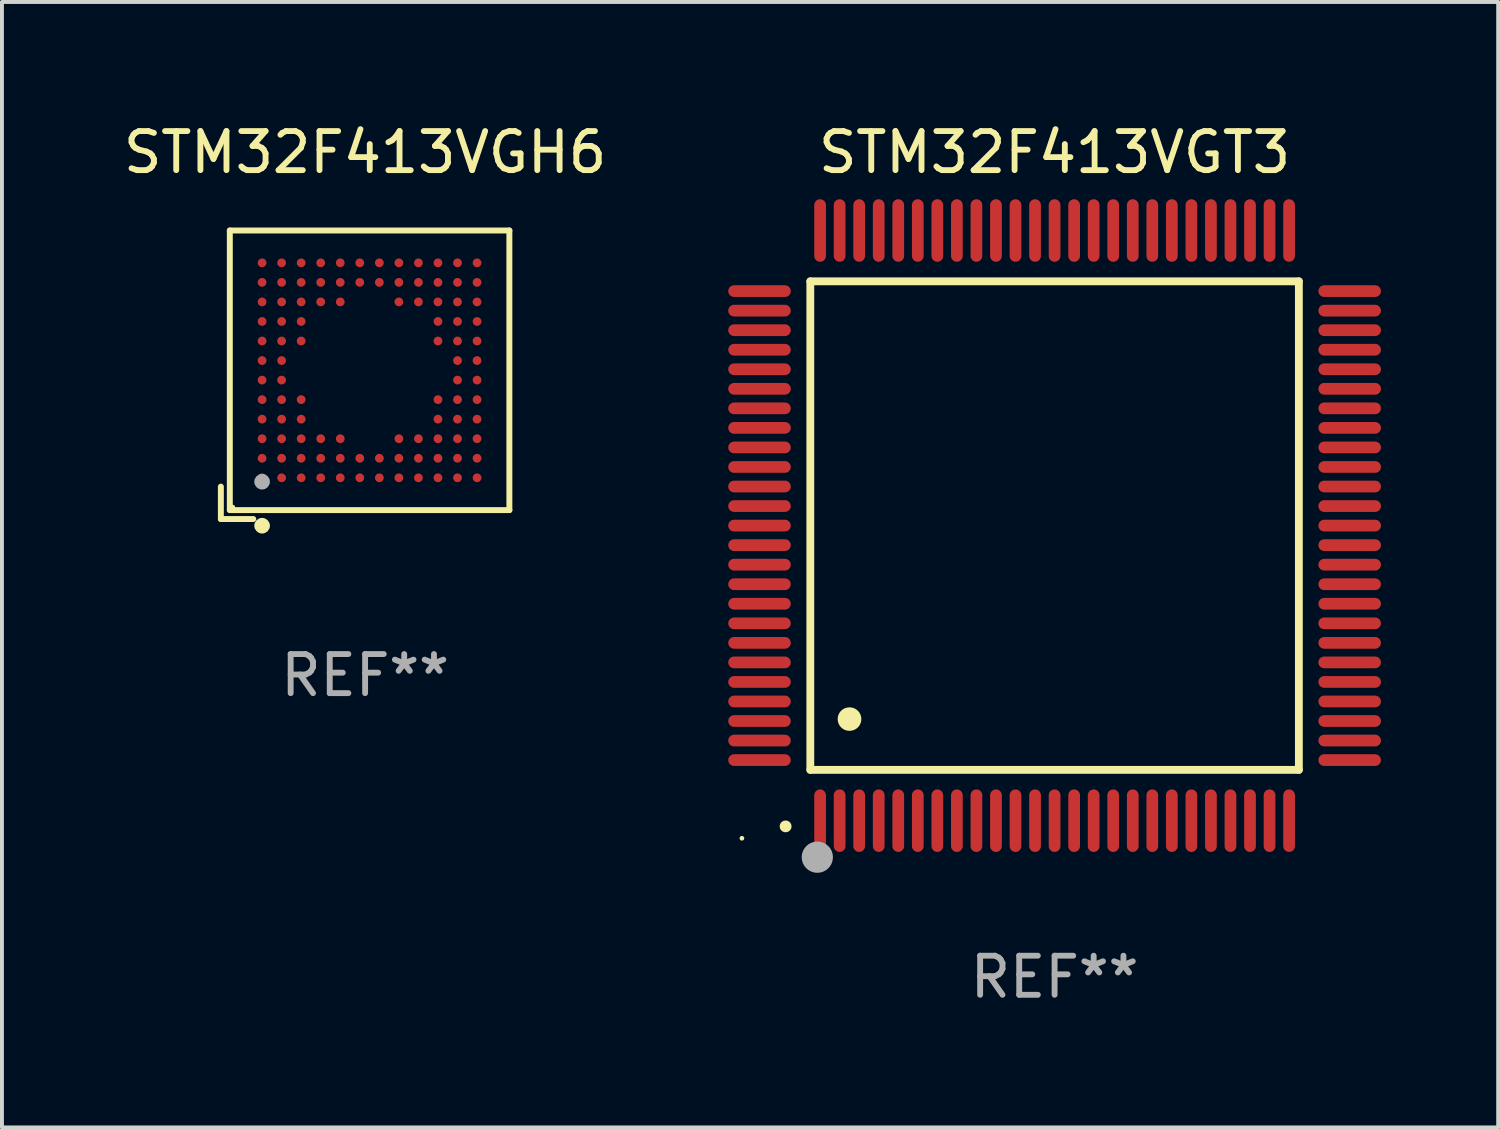
<source format=kicad_pcb>
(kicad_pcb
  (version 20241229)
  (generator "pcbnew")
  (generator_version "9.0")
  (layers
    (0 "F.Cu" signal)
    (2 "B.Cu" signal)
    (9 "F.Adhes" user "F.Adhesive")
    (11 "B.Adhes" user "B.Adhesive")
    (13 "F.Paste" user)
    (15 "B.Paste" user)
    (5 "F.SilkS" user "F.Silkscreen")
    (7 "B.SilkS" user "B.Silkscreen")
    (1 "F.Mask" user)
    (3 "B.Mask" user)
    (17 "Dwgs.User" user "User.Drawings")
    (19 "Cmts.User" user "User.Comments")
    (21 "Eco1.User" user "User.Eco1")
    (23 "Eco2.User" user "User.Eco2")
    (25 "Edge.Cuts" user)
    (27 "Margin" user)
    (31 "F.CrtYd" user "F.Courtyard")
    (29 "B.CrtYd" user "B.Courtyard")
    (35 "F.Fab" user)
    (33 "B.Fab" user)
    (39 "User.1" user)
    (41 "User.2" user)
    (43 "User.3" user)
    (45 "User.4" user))
  (footprint "STM32F413VGH6"
    (layer "F.Cu")
    (at 6.292 6.539)
    (property "Reference" "STM32F413VGH6" (at 0 -5.691 0) (layer "F.SilkS") (effects (font (size 1 1) (thickness 0.15))))
    (attr through_hole)
    (fp_line (start -3.691 2.862) (end -3.691 3.691) (stroke (width 0.152) (type solid)) (layer "F.SilkS"))
    (fp_line (start -3.691 3.691) (end -2.862 3.691) (stroke (width 0.152) (type solid)) (layer "F.SilkS"))
    (fp_line (start -3.462 -3.691) (end 3.691 -3.691) (stroke (width 0.152) (type solid)) (layer "F.SilkS"))
    (fp_line (start -3.462 3.462) (end -3.462 -3.691) (stroke (width 0.152) (type solid)) (layer "F.SilkS"))
    (fp_line (start 3.691 -3.691) (end 3.691 3.462) (stroke (width 0.152) (type solid)) (layer "F.SilkS"))
    (fp_line (start 3.691 3.462) (end -3.462 3.462) (stroke (width 0.152) (type solid)) (layer "F.SilkS"))
    (fp_circle (center -3.386 3.386) (end -3.356 3.386) (stroke (width 0.06) (type solid)) (fill no) (layer "F.SilkS"))
    (fp_circle (center -2.636 3.862) (end -2.536 3.862) (stroke (width 0.2) (type solid)) (fill no) (layer "F.SilkS"))
    (fp_circle (center -2.636 2.736) (end -2.536 2.736) (stroke (width 0.2) (type solid)) (fill no) (layer "F.Fab"))
    (fp_text user "REF**" (at 0 7.691 0) (layer "F.Fab") (effects (font (size 1 1) (thickness 0.15))))
    (pad "A1" smd circle (at -2.636 2.636) (size 0.224 0.224) (layers "F.Cu" "F.Mask" "F.Paste"))
    (pad "A2" smd circle (at -2.636 2.136) (size 0.224 0.224) (layers "F.Cu" "F.Mask" "F.Paste"))
    (pad "A3" smd circle (at -2.636 1.636) (size 0.224 0.224) (layers "F.Cu" "F.Mask" "F.Paste"))
    (pad "A4" smd circle (at -2.636 1.136) (size 0.224 0.224) (layers "F.Cu" "F.Mask" "F.Paste"))
    (pad "A5" smd circle (at -2.636 0.636) (size 0.224 0.224) (layers "F.Cu" "F.Mask" "F.Paste"))
    (pad "A6" smd circle (at -2.636 0.136) (size 0.224 0.224) (layers "F.Cu" "F.Mask" "F.Paste"))
    (pad "A7" smd circle (at -2.636 -0.364) (size 0.224 0.224) (layers "F.Cu" "F.Mask" "F.Paste"))
    (pad "A8" smd circle (at -2.636 -0.864) (size 0.224 0.224) (layers "F.Cu" "F.Mask" "F.Paste"))
    (pad "A9" smd circle (at -2.636 -1.364) (size 0.224 0.224) (layers "F.Cu" "F.Mask" "F.Paste"))
    (pad "A10" smd circle (at -2.636 -1.864) (size 0.224 0.224) (layers "F.Cu" "F.Mask" "F.Paste"))
    (pad "A11" smd circle (at -2.636 -2.364) (size 0.224 0.224) (layers "F.Cu" "F.Mask" "F.Paste"))
    (pad "A12" smd circle (at -2.636 -2.864) (size 0.224 0.224) (layers "F.Cu" "F.Mask" "F.Paste"))
    (pad "B1" smd circle (at -2.136 2.636) (size 0.224 0.224) (layers "F.Cu" "F.Mask" "F.Paste"))
    (pad "B2" smd circle (at -2.136 2.136) (size 0.224 0.224) (layers "F.Cu" "F.Mask" "F.Paste"))
    (pad "B3" smd circle (at -2.136 1.636) (size 0.224 0.224) (layers "F.Cu" "F.Mask" "F.Paste"))
    (pad "B4" smd circle (at -2.136 1.136) (size 0.224 0.224) (layers "F.Cu" "F.Mask" "F.Paste"))
    (pad "B5" smd circle (at -2.136 0.636) (size 0.224 0.224) (layers "F.Cu" "F.Mask" "F.Paste"))
    (pad "B6" smd circle (at -2.136 0.136) (size 0.224 0.224) (layers "F.Cu" "F.Mask" "F.Paste"))
    (pad "B7" smd circle (at -2.136 -0.364) (size 0.224 0.224) (layers "F.Cu" "F.Mask" "F.Paste"))
    (pad "B8" smd circle (at -2.136 -0.864) (size 0.224 0.224) (layers "F.Cu" "F.Mask" "F.Paste"))
    (pad "B9" smd circle (at -2.136 -1.364) (size 0.224 0.224) (layers "F.Cu" "F.Mask" "F.Paste"))
    (pad "B10" smd circle (at -2.136 -1.864) (size 0.224 0.224) (layers "F.Cu" "F.Mask" "F.Paste"))
    (pad "B11" smd circle (at -2.136 -2.364) (size 0.224 0.224) (layers "F.Cu" "F.Mask" "F.Paste"))
    (pad "B12" smd circle (at -2.136 -2.864) (size 0.224 0.224) (layers "F.Cu" "F.Mask" "F.Paste"))
    (pad "C1" smd circle (at -1.636 2.636) (size 0.224 0.224) (layers "F.Cu" "F.Mask" "F.Paste"))
    (pad "C2" smd circle (at -1.636 2.136) (size 0.224 0.224) (layers "F.Cu" "F.Mask" "F.Paste"))
    (pad "C3" smd circle (at -1.636 1.636) (size 0.224 0.224) (layers "F.Cu" "F.Mask" "F.Paste"))
    (pad "C4" smd circle (at -1.636 1.136) (size 0.224 0.224) (layers "F.Cu" "F.Mask" "F.Paste"))
    (pad "C5" smd circle (at -1.636 0.636) (size 0.224 0.224) (layers "F.Cu" "F.Mask" "F.Paste"))
    (pad "C8" smd circle (at -1.636 -0.864) (size 0.224 0.224) (layers "F.Cu" "F.Mask" "F.Paste"))
    (pad "C9" smd circle (at -1.636 -1.364) (size 0.224 0.224) (layers "F.Cu" "F.Mask" "F.Paste"))
    (pad "C10" smd circle (at -1.636 -1.864) (size 0.224 0.224) (layers "F.Cu" "F.Mask" "F.Paste"))
    (pad "C11" smd circle (at -1.636 -2.364) (size 0.224 0.224) (layers "F.Cu" "F.Mask" "F.Paste"))
    (pad "C12" smd circle (at -1.636 -2.864) (size 0.224 0.224) (layers "F.Cu" "F.Mask" "F.Paste"))
    (pad "D1" smd circle (at -1.136 2.636) (size 0.224 0.224) (layers "F.Cu" "F.Mask" "F.Paste"))
    (pad "D2" smd circle (at -1.136 2.136) (size 0.224 0.224) (layers "F.Cu" "F.Mask" "F.Paste"))
    (pad "D3" smd circle (at -1.136 1.636) (size 0.224 0.224) (layers "F.Cu" "F.Mask" "F.Paste"))
    (pad "D10" smd circle (at -1.136 -1.864) (size 0.224 0.224) (layers "F.Cu" "F.Mask" "F.Paste"))
    (pad "D11" smd circle (at -1.136 -2.364) (size 0.224 0.224) (layers "F.Cu" "F.Mask" "F.Paste"))
    (pad "D12" smd circle (at -1.136 -2.864) (size 0.224 0.224) (layers "F.Cu" "F.Mask" "F.Paste"))
    (pad "E1" smd circle (at -0.636 2.636) (size 0.224 0.224) (layers "F.Cu" "F.Mask" "F.Paste"))
    (pad "E2" smd circle (at -0.636 2.136) (size 0.224 0.224) (layers "F.Cu" "F.Mask" "F.Paste"))
    (pad "E3" smd circle (at -0.636 1.636) (size 0.224 0.224) (layers "F.Cu" "F.Mask" "F.Paste"))
    (pad "E10" smd circle (at -0.636 -1.864) (size 0.224 0.224) (layers "F.Cu" "F.Mask" "F.Paste"))
    (pad "E11" smd circle (at -0.636 -2.364) (size 0.224 0.224) (layers "F.Cu" "F.Mask" "F.Paste"))
    (pad "E12" smd circle (at -0.636 -2.864) (size 0.224 0.224) (layers "F.Cu" "F.Mask" "F.Paste"))
    (pad "F1" smd circle (at -0.136 2.636) (size 0.224 0.224) (layers "F.Cu" "F.Mask" "F.Paste"))
    (pad "F2" smd circle (at -0.136 2.136) (size 0.224 0.224) (layers "F.Cu" "F.Mask" "F.Paste"))
    (pad "F11" smd circle (at -0.136 -2.364) (size 0.224 0.224) (layers "F.Cu" "F.Mask" "F.Paste"))
    (pad "F12" smd circle (at -0.136 -2.864) (size 0.224 0.224) (layers "F.Cu" "F.Mask" "F.Paste"))
    (pad "G1" smd circle (at 0.364 2.636) (size 0.224 0.224) (layers "F.Cu" "F.Mask" "F.Paste"))
    (pad "G2" smd circle (at 0.364 2.136) (size 0.224 0.224) (layers "F.Cu" "F.Mask" "F.Paste"))
    (pad "G11" smd circle (at 0.364 -2.364) (size 0.224 0.224) (layers "F.Cu" "F.Mask" "F.Paste"))
    (pad "G12" smd circle (at 0.364 -2.864) (size 0.224 0.224) (layers "F.Cu" "F.Mask" "F.Paste"))
    (pad "H1" smd circle (at 0.864 2.636) (size 0.224 0.224) (layers "F.Cu" "F.Mask" "F.Paste"))
    (pad "H2" smd circle (at 0.864 2.136) (size 0.224 0.224) (layers "F.Cu" "F.Mask" "F.Paste"))
    (pad "H3" smd circle (at 0.864 1.636) (size 0.224 0.224) (layers "F.Cu" "F.Mask" "F.Paste"))
    (pad "H10" smd circle (at 0.864 -1.864) (size 0.224 0.224) (layers "F.Cu" "F.Mask" "F.Paste"))
    (pad "H11" smd circle (at 0.864 -2.364) (size 0.224 0.224) (layers "F.Cu" "F.Mask" "F.Paste"))
    (pad "H12" smd circle (at 0.864 -2.864) (size 0.224 0.224) (layers "F.Cu" "F.Mask" "F.Paste"))
    (pad "J1" smd circle (at 1.364 2.636) (size 0.224 0.224) (layers "F.Cu" "F.Mask" "F.Paste"))
    (pad "J2" smd circle (at 1.364 2.136) (size 0.224 0.224) (layers "F.Cu" "F.Mask" "F.Paste"))
    (pad "J3" smd circle (at 1.364 1.636) (size 0.224 0.224) (layers "F.Cu" "F.Mask" "F.Paste"))
    (pad "J10" smd circle (at 1.364 -1.864) (size 0.224 0.224) (layers "F.Cu" "F.Mask" "F.Paste"))
    (pad "J11" smd circle (at 1.364 -2.364) (size 0.224 0.224) (layers "F.Cu" "F.Mask" "F.Paste"))
    (pad "J12" smd circle (at 1.364 -2.864) (size 0.224 0.224) (layers "F.Cu" "F.Mask" "F.Paste"))
    (pad "K1" smd circle (at 1.864 2.636) (size 0.224 0.224) (layers "F.Cu" "F.Mask" "F.Paste"))
    (pad "K2" smd circle (at 1.864 2.136) (size 0.224 0.224) (layers "F.Cu" "F.Mask" "F.Paste"))
    (pad "K3" smd circle (at 1.864 1.636) (size 0.224 0.224) (layers "F.Cu" "F.Mask" "F.Paste"))
    (pad "K4" smd circle (at 1.864 1.136) (size 0.224 0.224) (layers "F.Cu" "F.Mask" "F.Paste"))
    (pad "K5" smd circle (at 1.864 0.636) (size 0.224 0.224) (layers "F.Cu" "F.Mask" "F.Paste"))
    (pad "K8" smd circle (at 1.864 -0.864) (size 0.224 0.224) (layers "F.Cu" "F.Mask" "F.Paste"))
    (pad "K9" smd circle (at 1.864 -1.364) (size 0.224 0.224) (layers "F.Cu" "F.Mask" "F.Paste"))
    (pad "K10" smd circle (at 1.864 -1.864) (size 0.224 0.224) (layers "F.Cu" "F.Mask" "F.Paste"))
    (pad "K11" smd circle (at 1.864 -2.364) (size 0.224 0.224) (layers "F.Cu" "F.Mask" "F.Paste"))
    (pad "K12" smd circle (at 1.864 -2.864) (size 0.224 0.224) (layers "F.Cu" "F.Mask" "F.Paste"))
    (pad "L1" smd circle (at 2.364 2.636) (size 0.224 0.224) (layers "F.Cu" "F.Mask" "F.Paste"))
    (pad "L2" smd circle (at 2.364 2.136) (size 0.224 0.224) (layers "F.Cu" "F.Mask" "F.Paste"))
    (pad "L3" smd circle (at 2.364 1.636) (size 0.224 0.224) (layers "F.Cu" "F.Mask" "F.Paste"))
    (pad "L4" smd circle (at 2.364 1.136) (size 0.224 0.224) (layers "F.Cu" "F.Mask" "F.Paste"))
    (pad "L5" smd circle (at 2.364 0.636) (size 0.224 0.224) (layers "F.Cu" "F.Mask" "F.Paste"))
    (pad "L6" smd circle (at 2.364 0.136) (size 0.224 0.224) (layers "F.Cu" "F.Mask" "F.Paste"))
    (pad "L7" smd circle (at 2.364 -0.364) (size 0.224 0.224) (layers "F.Cu" "F.Mask" "F.Paste"))
    (pad "L8" smd circle (at 2.364 -0.864) (size 0.224 0.224) (layers "F.Cu" "F.Mask" "F.Paste"))
    (pad "L9" smd circle (at 2.364 -1.364) (size 0.224 0.224) (layers "F.Cu" "F.Mask" "F.Paste"))
    (pad "L10" smd circle (at 2.364 -1.864) (size 0.224 0.224) (layers "F.Cu" "F.Mask" "F.Paste"))
    (pad "L11" smd circle (at 2.364 -2.364) (size 0.224 0.224) (layers "F.Cu" "F.Mask" "F.Paste"))
    (pad "L12" smd circle (at 2.364 -2.864) (size 0.224 0.224) (layers "F.Cu" "F.Mask" "F.Paste"))
    (pad "M1" smd circle (at 2.864 2.636) (size 0.224 0.224) (layers "F.Cu" "F.Mask" "F.Paste"))
    (pad "M2" smd circle (at 2.864 2.136) (size 0.224 0.224) (layers "F.Cu" "F.Mask" "F.Paste"))
    (pad "M3" smd circle (at 2.864 1.636) (size 0.224 0.224) (layers "F.Cu" "F.Mask" "F.Paste"))
    (pad "M4" smd circle (at 2.864 1.136) (size 0.224 0.224) (layers "F.Cu" "F.Mask" "F.Paste"))
    (pad "M5" smd circle (at 2.864 0.636) (size 0.224 0.224) (layers "F.Cu" "F.Mask" "F.Paste"))
    (pad "M6" smd circle (at 2.864 0.136) (size 0.224 0.224) (layers "F.Cu" "F.Mask" "F.Paste"))
    (pad "M7" smd circle (at 2.864 -0.364) (size 0.224 0.224) (layers "F.Cu" "F.Mask" "F.Paste"))
    (pad "M8" smd circle (at 2.864 -0.864) (size 0.224 0.224) (layers "F.Cu" "F.Mask" "F.Paste"))
    (pad "M9" smd circle (at 2.864 -1.364) (size 0.224 0.224) (layers "F.Cu" "F.Mask" "F.Paste"))
    (pad "M10" smd circle (at 2.864 -1.864) (size 0.224 0.224) (layers "F.Cu" "F.Mask" "F.Paste"))
    (pad "M11" smd circle (at 2.864 -2.364) (size 0.224 0.224) (layers "F.Cu" "F.Mask" "F.Paste"))
    (pad "M12" smd circle (at 2.864 -2.864) (size 0.224 0.224) (layers "F.Cu" "F.Mask" "F.Paste")))
  (footprint "STM32F413VGT3"
    (layer "F.Cu")
    (at 23.933 10.398)
    (property "Reference" "STM32F413VGT3" (at 0 -9.55 0) (layer "F.SilkS") (effects (font (size 1 1) (thickness 0.15))))
    (attr through_hole)
    (fp_line (start -6.25 -6.25) (end -6.25 6.25) (stroke (width 0.2) (type solid)) (layer "F.SilkS"))
    (fp_line (start -6.25 6.25) (end 6.25 6.25) (stroke (width 0.2) (type solid)) (layer "F.SilkS"))
    (fp_line (start 6.25 -6.25) (end -6.25 -6.25) (stroke (width 0.2) (type solid)) (layer "F.SilkS"))
    (fp_line (start 6.25 6.25) (end 6.25 -6.25) (stroke (width 0.2) (type solid)) (layer "F.SilkS"))
    (fp_arc (start -6.883414 7.696215) (mid -6.882144 7.69621) (end -6.880874 7.696215) (stroke (width 0.3) (type solid)) (layer "F.SilkS"))
    (fp_arc (start -5.250191 4.95047) (mid -5.247651 4.950459) (end -5.245111 4.95047) (stroke (width 0.6) (type solid)) (layer "F.SilkS"))
    (fp_circle (center -8 8) (end -7.97 8) (stroke (width 0.06) (type solid)) (fill no) (layer "F.SilkS"))
    (fp_circle (center -6.071 8.484) (end -5.871 8.484) (stroke (width 0.4) (type solid)) (fill no) (layer "F.Fab"))
    (fp_text user "REF**" (at 0 11.55 0) (layer "F.Fab") (effects (font (size 1 1) (thickness 0.15))))
    (pad "1" smd oval (at -6 7.55) (size 0.3 1.6) (layers "F.Cu" "F.Mask" "F.Paste"))
    (pad "2" smd oval (at -5.5 7.55) (size 0.3 1.6) (layers "F.Cu" "F.Mask" "F.Paste"))
    (pad "3" smd oval (at -5 7.55) (size 0.3 1.6) (layers "F.Cu" "F.Mask" "F.Paste"))
    (pad "4" smd oval (at -4.5 7.55) (size 0.3 1.6) (layers "F.Cu" "F.Mask" "F.Paste"))
    (pad "5" smd oval (at -4 7.55) (size 0.3 1.6) (layers "F.Cu" "F.Mask" "F.Paste"))
    (pad "6" smd oval (at -3.5 7.55) (size 0.3 1.6) (layers "F.Cu" "F.Mask" "F.Paste"))
    (pad "7" smd oval (at -3 7.55) (size 0.3 1.6) (layers "F.Cu" "F.Mask" "F.Paste"))
    (pad "8" smd oval (at -2.5 7.55) (size 0.3 1.6) (layers "F.Cu" "F.Mask" "F.Paste"))
    (pad "9" smd oval (at -2 7.55) (size 0.3 1.6) (layers "F.Cu" "F.Mask" "F.Paste"))
    (pad "10" smd oval (at -1.5 7.55) (size 0.3 1.6) (layers "F.Cu" "F.Mask" "F.Paste"))
    (pad "11" smd oval (at -1 7.55) (size 0.3 1.6) (layers "F.Cu" "F.Mask" "F.Paste"))
    (pad "12" smd oval (at -0.5 7.55) (size 0.3 1.6) (layers "F.Cu" "F.Mask" "F.Paste"))
    (pad "13" smd oval (at 0 7.55) (size 0.3 1.6) (layers "F.Cu" "F.Mask" "F.Paste"))
    (pad "14" smd oval (at 0.5 7.55) (size 0.3 1.6) (layers "F.Cu" "F.Mask" "F.Paste"))
    (pad "15" smd oval (at 1 7.55) (size 0.3 1.6) (layers "F.Cu" "F.Mask" "F.Paste"))
    (pad "16" smd oval (at 1.5 7.55) (size 0.3 1.6) (layers "F.Cu" "F.Mask" "F.Paste"))
    (pad "17" smd oval (at 2 7.55) (size 0.3 1.6) (layers "F.Cu" "F.Mask" "F.Paste"))
    (pad "18" smd oval (at 2.5 7.55) (size 0.3 1.6) (layers "F.Cu" "F.Mask" "F.Paste"))
    (pad "19" smd oval (at 3 7.55) (size 0.3 1.6) (layers "F.Cu" "F.Mask" "F.Paste"))
    (pad "20" smd oval (at 3.5 7.55) (size 0.3 1.6) (layers "F.Cu" "F.Mask" "F.Paste"))
    (pad "21" smd oval (at 4 7.55) (size 0.3 1.6) (layers "F.Cu" "F.Mask" "F.Paste"))
    (pad "22" smd oval (at 4.5 7.55) (size 0.3 1.6) (layers "F.Cu" "F.Mask" "F.Paste"))
    (pad "23" smd oval (at 5 7.55) (size 0.3 1.6) (layers "F.Cu" "F.Mask" "F.Paste"))
    (pad "24" smd oval (at 5.5 7.55) (size 0.3 1.6) (layers "F.Cu" "F.Mask" "F.Paste"))
    (pad "25" smd oval (at 6 7.55) (size 0.3 1.6) (layers "F.Cu" "F.Mask" "F.Paste"))
    (pad "26" smd oval (at 7.55 6) (size 1.6 0.3) (layers "F.Cu" "F.Mask" "F.Paste"))
    (pad "27" smd oval (at 7.55 5.5) (size 1.6 0.3) (layers "F.Cu" "F.Mask" "F.Paste"))
    (pad "28" smd oval (at 7.55 5) (size 1.6 0.3) (layers "F.Cu" "F.Mask" "F.Paste"))
    (pad "29" smd oval (at 7.55 4.5) (size 1.6 0.3) (layers "F.Cu" "F.Mask" "F.Paste"))
    (pad "30" smd oval (at 7.55 4) (size 1.6 0.3) (layers "F.Cu" "F.Mask" "F.Paste"))
    (pad "31" smd oval (at 7.55 3.5) (size 1.6 0.3) (layers "F.Cu" "F.Mask" "F.Paste"))
    (pad "32" smd oval (at 7.55 3) (size 1.6 0.3) (layers "F.Cu" "F.Mask" "F.Paste"))
    (pad "33" smd oval (at 7.55 2.5) (size 1.6 0.3) (layers "F.Cu" "F.Mask" "F.Paste"))
    (pad "34" smd oval (at 7.55 2) (size 1.6 0.3) (layers "F.Cu" "F.Mask" "F.Paste"))
    (pad "35" smd oval (at 7.55 1.5) (size 1.6 0.3) (layers "F.Cu" "F.Mask" "F.Paste"))
    (pad "36" smd oval (at 7.55 1) (size 1.6 0.3) (layers "F.Cu" "F.Mask" "F.Paste"))
    (pad "37" smd oval (at 7.55 0.5) (size 1.6 0.3) (layers "F.Cu" "F.Mask" "F.Paste"))
    (pad "38" smd oval (at 7.55 0) (size 1.6 0.3) (layers "F.Cu" "F.Mask" "F.Paste"))
    (pad "39" smd oval (at 7.55 -0.5) (size 1.6 0.3) (layers "F.Cu" "F.Mask" "F.Paste"))
    (pad "40" smd oval (at 7.55 -1) (size 1.6 0.3) (layers "F.Cu" "F.Mask" "F.Paste"))
    (pad "41" smd oval (at 7.55 -1.5) (size 1.6 0.3) (layers "F.Cu" "F.Mask" "F.Paste"))
    (pad "42" smd oval (at 7.55 -2) (size 1.6 0.3) (layers "F.Cu" "F.Mask" "F.Paste"))
    (pad "43" smd oval (at 7.55 -2.5) (size 1.6 0.3) (layers "F.Cu" "F.Mask" "F.Paste"))
    (pad "44" smd oval (at 7.55 -3) (size 1.6 0.3) (layers "F.Cu" "F.Mask" "F.Paste"))
    (pad "45" smd oval (at 7.55 -3.5) (size 1.6 0.3) (layers "F.Cu" "F.Mask" "F.Paste"))
    (pad "46" smd oval (at 7.55 -4) (size 1.6 0.3) (layers "F.Cu" "F.Mask" "F.Paste"))
    (pad "47" smd oval (at 7.55 -4.5) (size 1.6 0.3) (layers "F.Cu" "F.Mask" "F.Paste"))
    (pad "48" smd oval (at 7.55 -5) (size 1.6 0.3) (layers "F.Cu" "F.Mask" "F.Paste"))
    (pad "49" smd oval (at 7.55 -5.5) (size 1.6 0.3) (layers "F.Cu" "F.Mask" "F.Paste"))
    (pad "50" smd oval (at 7.55 -6) (size 1.6 0.3) (layers "F.Cu" "F.Mask" "F.Paste"))
    (pad "51" smd oval (at 6 -7.55) (size 0.3 1.6) (layers "F.Cu" "F.Mask" "F.Paste"))
    (pad "52" smd oval (at 5.5 -7.55) (size 0.3 1.6) (layers "F.Cu" "F.Mask" "F.Paste"))
    (pad "53" smd oval (at 5 -7.55) (size 0.3 1.6) (layers "F.Cu" "F.Mask" "F.Paste"))
    (pad "54" smd oval (at 4.5 -7.55) (size 0.3 1.6) (layers "F.Cu" "F.Mask" "F.Paste"))
    (pad "55" smd oval (at 4 -7.55) (size 0.3 1.6) (layers "F.Cu" "F.Mask" "F.Paste"))
    (pad "56" smd oval (at 3.5 -7.55) (size 0.3 1.6) (layers "F.Cu" "F.Mask" "F.Paste"))
    (pad "57" smd oval (at 3 -7.55) (size 0.3 1.6) (layers "F.Cu" "F.Mask" "F.Paste"))
    (pad "58" smd oval (at 2.5 -7.55) (size 0.3 1.6) (layers "F.Cu" "F.Mask" "F.Paste"))
    (pad "59" smd oval (at 2 -7.55) (size 0.3 1.6) (layers "F.Cu" "F.Mask" "F.Paste"))
    (pad "60" smd oval (at 1.5 -7.55) (size 0.3 1.6) (layers "F.Cu" "F.Mask" "F.Paste"))
    (pad "61" smd oval (at 1 -7.55) (size 0.3 1.6) (layers "F.Cu" "F.Mask" "F.Paste"))
    (pad "62" smd oval (at 0.5 -7.55) (size 0.3 1.6) (layers "F.Cu" "F.Mask" "F.Paste"))
    (pad "63" smd oval (at 0 -7.55) (size 0.3 1.6) (layers "F.Cu" "F.Mask" "F.Paste"))
    (pad "64" smd oval (at -0.5 -7.55) (size 0.3 1.6) (layers "F.Cu" "F.Mask" "F.Paste"))
    (pad "65" smd oval (at -1 -7.55) (size 0.3 1.6) (layers "F.Cu" "F.Mask" "F.Paste"))
    (pad "66" smd oval (at -1.5 -7.55) (size 0.3 1.6) (layers "F.Cu" "F.Mask" "F.Paste"))
    (pad "67" smd oval (at -2 -7.55) (size 0.3 1.6) (layers "F.Cu" "F.Mask" "F.Paste"))
    (pad "68" smd oval (at -2.5 -7.55) (size 0.3 1.6) (layers "F.Cu" "F.Mask" "F.Paste"))
    (pad "69" smd oval (at -3 -7.55) (size 0.3 1.6) (layers "F.Cu" "F.Mask" "F.Paste"))
    (pad "70" smd oval (at -3.5 -7.55) (size 0.3 1.6) (layers "F.Cu" "F.Mask" "F.Paste"))
    (pad "71" smd oval (at -4 -7.55) (size 0.3 1.6) (layers "F.Cu" "F.Mask" "F.Paste"))
    (pad "72" smd oval (at -4.5 -7.55) (size 0.3 1.6) (layers "F.Cu" "F.Mask" "F.Paste"))
    (pad "73" smd oval (at -5 -7.55) (size 0.3 1.6) (layers "F.Cu" "F.Mask" "F.Paste"))
    (pad "74" smd oval (at -5.5 -7.55) (size 0.3 1.6) (layers "F.Cu" "F.Mask" "F.Paste"))
    (pad "75" smd oval (at -6 -7.55) (size 0.3 1.6) (layers "F.Cu" "F.Mask" "F.Paste"))
    (pad "76" smd oval (at -7.55 -6) (size 1.6 0.3) (layers "F.Cu" "F.Mask" "F.Paste"))
    (pad "77" smd oval (at -7.55 -5.5) (size 1.6 0.3) (layers "F.Cu" "F.Mask" "F.Paste"))
    (pad "78" smd oval (at -7.55 -5) (size 1.6 0.3) (layers "F.Cu" "F.Mask" "F.Paste"))
    (pad "79" smd oval (at -7.55 -4.5) (size 1.6 0.3) (layers "F.Cu" "F.Mask" "F.Paste"))
    (pad "80" smd oval (at -7.55 -4) (size 1.6 0.3) (layers "F.Cu" "F.Mask" "F.Paste"))
    (pad "81" smd oval (at -7.55 -3.5) (size 1.6 0.3) (layers "F.Cu" "F.Mask" "F.Paste"))
    (pad "82" smd oval (at -7.55 -3) (size 1.6 0.3) (layers "F.Cu" "F.Mask" "F.Paste"))
    (pad "83" smd oval (at -7.55 -2.5) (size 1.6 0.3) (layers "F.Cu" "F.Mask" "F.Paste"))
    (pad "84" smd oval (at -7.55 -2) (size 1.6 0.3) (layers "F.Cu" "F.Mask" "F.Paste"))
    (pad "85" smd oval (at -7.55 -1.5) (size 1.6 0.3) (layers "F.Cu" "F.Mask" "F.Paste"))
    (pad "86" smd oval (at -7.55 -1) (size 1.6 0.3) (layers "F.Cu" "F.Mask" "F.Paste"))
    (pad "87" smd oval (at -7.55 -0.5) (size 1.6 0.3) (layers "F.Cu" "F.Mask" "F.Paste"))
    (pad "88" smd oval (at -7.55 0) (size 1.6 0.3) (layers "F.Cu" "F.Mask" "F.Paste"))
    (pad "89" smd oval (at -7.55 0.5) (size 1.6 0.3) (layers "F.Cu" "F.Mask" "F.Paste"))
    (pad "90" smd oval (at -7.55 1) (size 1.6 0.3) (layers "F.Cu" "F.Mask" "F.Paste"))
    (pad "91" smd oval (at -7.55 1.5) (size 1.6 0.3) (layers "F.Cu" "F.Mask" "F.Paste"))
    (pad "92" smd oval (at -7.55 2) (size 1.6 0.3) (layers "F.Cu" "F.Mask" "F.Paste"))
    (pad "93" smd oval (at -7.55 2.5) (size 1.6 0.3) (layers "F.Cu" "F.Mask" "F.Paste"))
    (pad "94" smd oval (at -7.55 3) (size 1.6 0.3) (layers "F.Cu" "F.Mask" "F.Paste"))
    (pad "95" smd oval (at -7.55 3.5) (size 1.6 0.3) (layers "F.Cu" "F.Mask" "F.Paste"))
    (pad "96" smd oval (at -7.55 4) (size 1.6 0.3) (layers "F.Cu" "F.Mask" "F.Paste"))
    (pad "97" smd oval (at -7.55 4.5) (size 1.6 0.3) (layers "F.Cu" "F.Mask" "F.Paste"))
    (pad "98" smd oval (at -7.55 5) (size 1.6 0.3) (layers "F.Cu" "F.Mask" "F.Paste"))
    (pad "99" smd oval (at -7.55 5.5) (size 1.6 0.3) (layers "F.Cu" "F.Mask" "F.Paste"))
    (pad "100" smd oval (at -7.55 6) (size 1.6 0.3) (layers "F.Cu" "F.Mask" "F.Paste")))
  (gr_rect
    (start -3 -3)
    (end 35.283 25.796)
    (stroke (width 0.1) (type default))
    (fill no)
    (layer "Edge.Cuts")))
</source>
